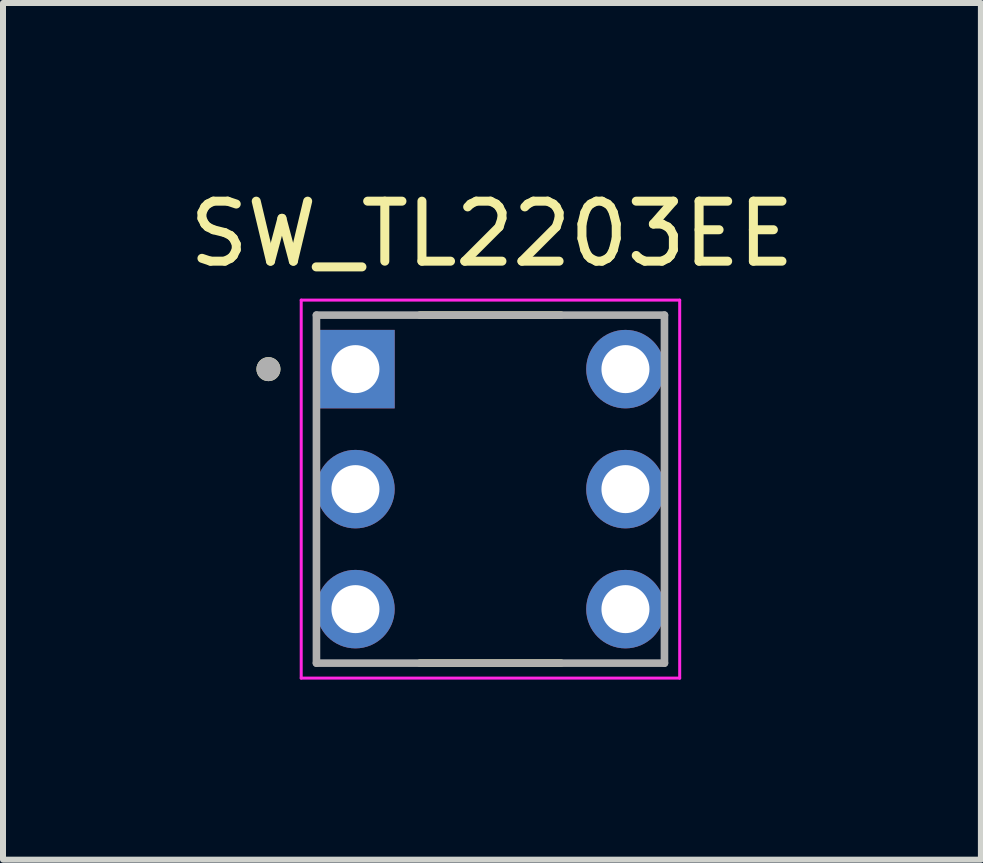
<source format=kicad_pcb>
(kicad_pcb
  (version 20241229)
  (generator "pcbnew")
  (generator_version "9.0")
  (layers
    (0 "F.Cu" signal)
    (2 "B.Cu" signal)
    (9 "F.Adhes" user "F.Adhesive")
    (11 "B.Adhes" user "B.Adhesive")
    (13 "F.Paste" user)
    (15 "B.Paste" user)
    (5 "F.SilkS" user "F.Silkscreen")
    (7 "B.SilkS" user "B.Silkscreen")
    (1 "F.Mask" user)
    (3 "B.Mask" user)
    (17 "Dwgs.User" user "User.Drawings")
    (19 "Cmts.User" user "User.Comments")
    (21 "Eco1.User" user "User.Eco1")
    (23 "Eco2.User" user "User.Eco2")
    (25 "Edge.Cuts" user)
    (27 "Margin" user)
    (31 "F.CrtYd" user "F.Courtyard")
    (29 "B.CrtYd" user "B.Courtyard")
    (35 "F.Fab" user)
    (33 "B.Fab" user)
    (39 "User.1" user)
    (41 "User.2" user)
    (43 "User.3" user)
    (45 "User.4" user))
  (footprint "SW_TL2203EE"
    (layer "F.Cu")
    (at 5.124 5.102)
    (property "Reference" "SW_TL2203EE" (at 0.025 -4.254 0) (layer "F.SilkS") (effects (font (size 1 1) (thickness 0.15))))
    (attr through_hole)
    (fp_line (start 1.176 -2.9) (end -1.176 -2.9) (stroke (width 0.127) (type solid)) (layer "F.SilkS"))
    (fp_line (start 1.176 2.9) (end -1.176 2.9) (stroke (width 0.127) (type solid)) (layer "F.SilkS"))
    (fp_circle (center -3.7 -2) (end -3.6 -2) (stroke (width 0.2) (type solid)) (fill no) (layer "F.SilkS"))
    (fp_line (start -3.154 -3.15) (end -3.154 3.15) (stroke (width 0.05) (type solid)) (layer "F.CrtYd"))
    (fp_line (start -3.154 3.15) (end 3.154 3.15) (stroke (width 0.05) (type solid)) (layer "F.CrtYd"))
    (fp_line (start 3.154 -3.15) (end -3.154 -3.15) (stroke (width 0.05) (type solid)) (layer "F.CrtYd"))
    (fp_line (start 3.154 3.15) (end 3.154 -3.15) (stroke (width 0.05) (type solid)) (layer "F.CrtYd"))
    (fp_line (start -2.9 -2.9) (end 2.9 -2.9) (stroke (width 0.127) (type solid)) (layer "F.Fab"))
    (fp_line (start -2.9 2.9) (end -2.9 -2.9) (stroke (width 0.127) (type solid)) (layer "F.Fab"))
    (fp_line (start 2.9 -2.9) (end 2.9 2.9) (stroke (width 0.127) (type solid)) (layer "F.Fab"))
    (fp_line (start 2.9 2.9) (end -2.9 2.9) (stroke (width 0.127) (type solid)) (layer "F.Fab"))
    (fp_circle (center -3.7 -2) (end -3.6 -2) (stroke (width 0.2) (type solid)) (fill no) (layer "F.Fab"))
    (pad "1" thru_hole rect (at -2.25 -2) (size 1.308 1.308) (drill 0.8) (layers "*.Cu" "*.Mask"))
    (pad "2" thru_hole circle (at -2.25 0) (size 1.308 1.308) (drill 0.8) (layers "*.Cu" "*.Mask"))
    (pad "3" thru_hole circle (at -2.25 2) (size 1.308 1.308) (drill 0.8) (layers "*.Cu" "*.Mask"))
    (pad "4" thru_hole circle (at 2.25 -2) (size 1.308 1.308) (drill 0.8) (layers "*.Cu" "*.Mask"))
    (pad "5" thru_hole circle (at 2.25 0) (size 1.308 1.308) (drill 0.8) (layers "*.Cu" "*.Mask"))
    (pad "6" thru_hole circle (at 2.25 2) (size 1.308 1.308) (drill 0.8) (layers "*.Cu" "*.Mask")))
  (gr_rect
    (start -3 -3)
    (end 13.298 11.277)
    (stroke (width 0.1) (type default))
    (fill no)
    (layer "Edge.Cuts")))
</source>
